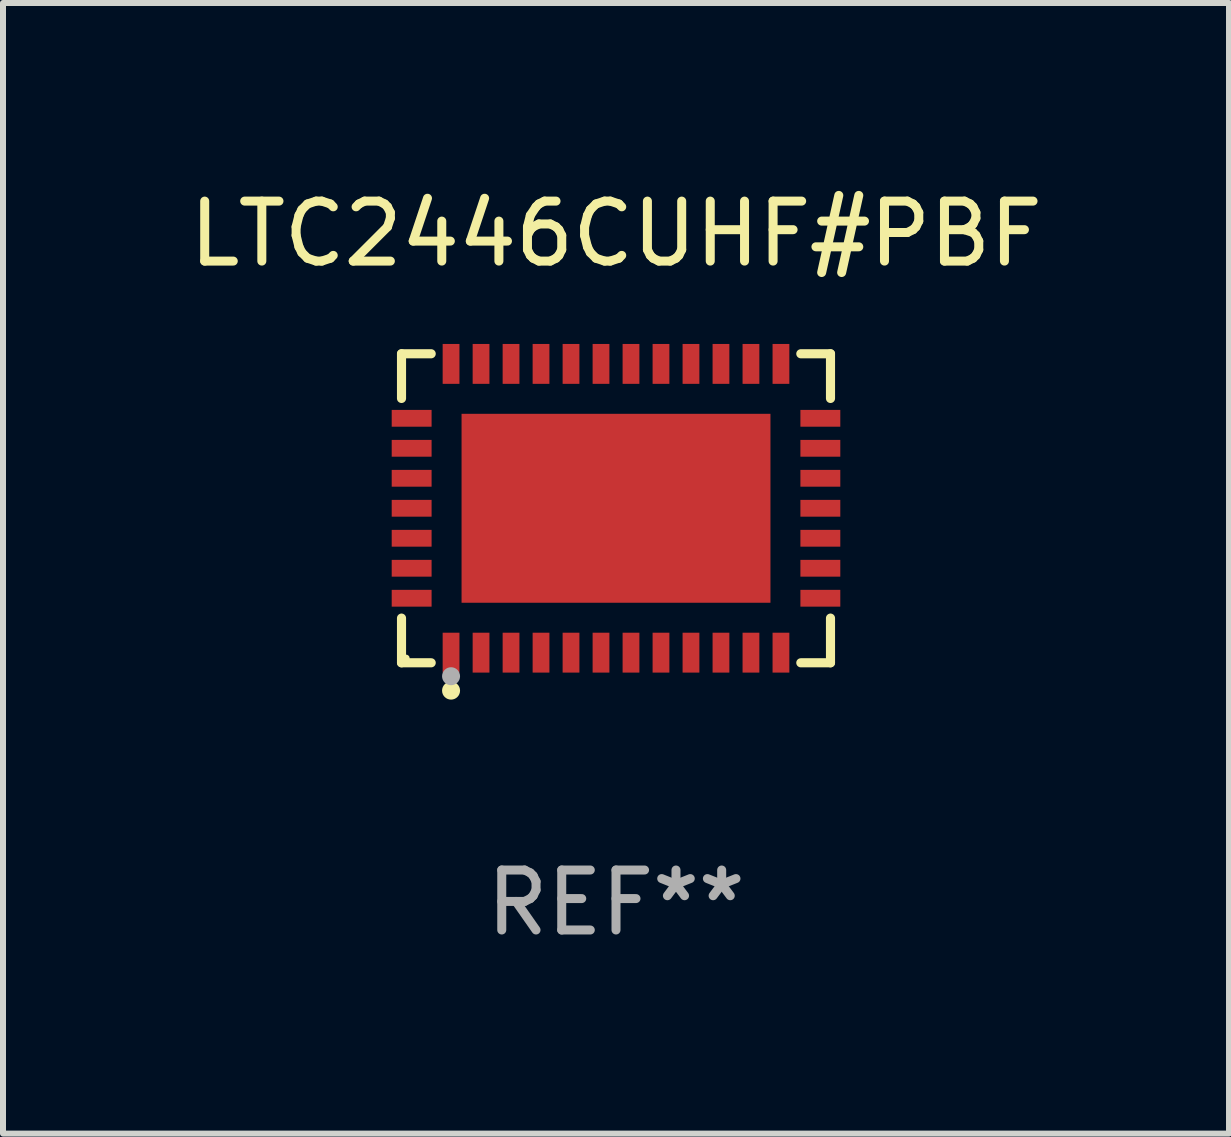
<source format=kicad_pcb>
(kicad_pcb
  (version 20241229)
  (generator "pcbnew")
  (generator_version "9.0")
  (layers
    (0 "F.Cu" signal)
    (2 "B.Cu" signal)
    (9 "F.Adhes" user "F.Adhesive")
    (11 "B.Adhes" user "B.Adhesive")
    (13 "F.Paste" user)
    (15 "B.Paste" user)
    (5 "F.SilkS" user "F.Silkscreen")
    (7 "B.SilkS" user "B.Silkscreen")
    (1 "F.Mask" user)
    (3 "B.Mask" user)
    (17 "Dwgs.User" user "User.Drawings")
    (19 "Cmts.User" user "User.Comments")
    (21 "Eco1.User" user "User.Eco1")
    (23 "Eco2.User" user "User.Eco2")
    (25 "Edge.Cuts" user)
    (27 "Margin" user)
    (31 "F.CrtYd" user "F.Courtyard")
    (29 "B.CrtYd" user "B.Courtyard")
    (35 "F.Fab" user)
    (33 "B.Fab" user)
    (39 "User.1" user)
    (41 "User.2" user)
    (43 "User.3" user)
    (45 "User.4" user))
  (footprint "LTC2446CUHF#PBF"
    (layer "F.Cu")
    (at 7.22 5.424)
    (property "Reference" "LTC2446CUHF#PBF" (at 0 -4.576 0) (layer "F.SilkS") (effects (font (size 1 1) (thickness 0.15))))
    (attr through_hole)
    (fp_line (start -3.576 -2.576) (end -3.081 -2.576) (stroke (width 0.152) (type solid)) (layer "F.SilkS"))
    (fp_line (start -3.576 -1.831) (end -3.576 -2.576) (stroke (width 0.152) (type solid)) (layer "F.SilkS"))
    (fp_line (start -3.576 1.831) (end -3.576 2.576) (stroke (width 0.152) (type solid)) (layer "F.SilkS"))
    (fp_line (start -3.576 2.576) (end -3.081 2.576) (stroke (width 0.152) (type solid)) (layer "F.SilkS"))
    (fp_line (start 3.576 -2.576) (end 3.081 -2.576) (stroke (width 0.152) (type solid)) (layer "F.SilkS"))
    (fp_line (start 3.576 -1.831) (end 3.576 -2.576) (stroke (width 0.152) (type solid)) (layer "F.SilkS"))
    (fp_line (start 3.576 1.831) (end 3.576 2.576) (stroke (width 0.152) (type solid)) (layer "F.SilkS"))
    (fp_line (start 3.576 2.576) (end 3.081 2.576) (stroke (width 0.152) (type solid)) (layer "F.SilkS"))
    (fp_circle (center -3.5 2.5) (end -3.47 2.5) (stroke (width 0.06) (type solid)) (fill no) (layer "F.SilkS"))
    (fp_circle (center -2.75 3.04) (end -2.675 3.04) (stroke (width 0.15) (type solid)) (fill no) (layer "F.SilkS"))
    (fp_circle (center -2.75 2.8) (end -2.675 2.8) (stroke (width 0.15) (type solid)) (fill no) (layer "F.Fab"))
    (fp_text user "REF**" (at 0 6.576 0) (layer "F.Fab") (effects (font (size 1 1) (thickness 0.15))))
    (pad "1" smd rect (at -2.75 2.407) (size 0.28 0.665) (layers "F.Cu" "F.Mask" "F.Paste"))
    (pad "2" smd rect (at -2.25 2.407) (size 0.28 0.665) (layers "F.Cu" "F.Mask" "F.Paste"))
    (pad "3" smd rect (at -1.75 2.407) (size 0.28 0.665) (layers "F.Cu" "F.Mask" "F.Paste"))
    (pad "4" smd rect (at -1.25 2.407) (size 0.28 0.665) (layers "F.Cu" "F.Mask" "F.Paste"))
    (pad "5" smd rect (at -0.75 2.407) (size 0.28 0.665) (layers "F.Cu" "F.Mask" "F.Paste"))
    (pad "6" smd rect (at -0.25 2.407) (size 0.28 0.665) (layers "F.Cu" "F.Mask" "F.Paste"))
    (pad "7" smd rect (at 0.25 2.407) (size 0.28 0.665) (layers "F.Cu" "F.Mask" "F.Paste"))
    (pad "8" smd rect (at 0.75 2.407) (size 0.28 0.665) (layers "F.Cu" "F.Mask" "F.Paste"))
    (pad "9" smd rect (at 1.25 2.407) (size 0.28 0.665) (layers "F.Cu" "F.Mask" "F.Paste"))
    (pad "10" smd rect (at 1.75 2.407) (size 0.28 0.665) (layers "F.Cu" "F.Mask" "F.Paste"))
    (pad "11" smd rect (at 2.25 2.407) (size 0.28 0.665) (layers "F.Cu" "F.Mask" "F.Paste"))
    (pad "12" smd rect (at 2.75 2.407) (size 0.28 0.665) (layers "F.Cu" "F.Mask" "F.Paste"))
    (pad "13" smd rect (at 3.407 1.5) (size 0.665 0.28) (layers "F.Cu" "F.Mask" "F.Paste"))
    (pad "14" smd rect (at 3.407 1) (size 0.665 0.28) (layers "F.Cu" "F.Mask" "F.Paste"))
    (pad "15" smd rect (at 3.407 0.5) (size 0.665 0.28) (layers "F.Cu" "F.Mask" "F.Paste"))
    (pad "16" smd rect (at 3.407 0) (size 0.665 0.28) (layers "F.Cu" "F.Mask" "F.Paste"))
    (pad "17" smd rect (at 3.407 -0.5) (size 0.665 0.28) (layers "F.Cu" "F.Mask" "F.Paste"))
    (pad "18" smd rect (at 3.407 -1) (size 0.665 0.28) (layers "F.Cu" "F.Mask" "F.Paste"))
    (pad "19" smd rect (at 3.407 -1.5) (size 0.665 0.28) (layers "F.Cu" "F.Mask" "F.Paste"))
    (pad "20" smd rect (at 2.75 -2.407) (size 0.28 0.665) (layers "F.Cu" "F.Mask" "F.Paste"))
    (pad "21" smd rect (at 2.25 -2.407) (size 0.28 0.665) (layers "F.Cu" "F.Mask" "F.Paste"))
    (pad "22" smd rect (at 1.75 -2.407) (size 0.28 0.665) (layers "F.Cu" "F.Mask" "F.Paste"))
    (pad "23" smd rect (at 1.25 -2.407) (size 0.28 0.665) (layers "F.Cu" "F.Mask" "F.Paste"))
    (pad "24" smd rect (at 0.75 -2.407) (size 0.28 0.665) (layers "F.Cu" "F.Mask" "F.Paste"))
    (pad "25" smd rect (at 0.25 -2.407) (size 0.28 0.665) (layers "F.Cu" "F.Mask" "F.Paste"))
    (pad "26" smd rect (at -0.25 -2.407) (size 0.28 0.665) (layers "F.Cu" "F.Mask" "F.Paste"))
    (pad "27" smd rect (at -0.75 -2.407) (size 0.28 0.665) (layers "F.Cu" "F.Mask" "F.Paste"))
    (pad "28" smd rect (at -1.25 -2.407) (size 0.28 0.665) (layers "F.Cu" "F.Mask" "F.Paste"))
    (pad "29" smd rect (at -1.75 -2.407) (size 0.28 0.665) (layers "F.Cu" "F.Mask" "F.Paste"))
    (pad "30" smd rect (at -2.25 -2.407) (size 0.28 0.665) (layers "F.Cu" "F.Mask" "F.Paste"))
    (pad "31" smd rect (at -2.75 -2.407) (size 0.28 0.665) (layers "F.Cu" "F.Mask" "F.Paste"))
    (pad "32" smd rect (at -3.407 -1.5) (size 0.665 0.28) (layers "F.Cu" "F.Mask" "F.Paste"))
    (pad "33" smd rect (at -3.407 -1) (size 0.665 0.28) (layers "F.Cu" "F.Mask" "F.Paste"))
    (pad "34" smd rect (at -3.407 -0.5) (size 0.665 0.28) (layers "F.Cu" "F.Mask" "F.Paste"))
    (pad "35" smd rect (at -3.407 0) (size 0.665 0.28) (layers "F.Cu" "F.Mask" "F.Paste"))
    (pad "36" smd rect (at -3.407 0.5) (size 0.665 0.28) (layers "F.Cu" "F.Mask" "F.Paste"))
    (pad "37" smd rect (at -3.407 1) (size 0.665 0.28) (layers "F.Cu" "F.Mask" "F.Paste"))
    (pad "38" smd rect (at -3.407 1.5) (size 0.665 0.28) (layers "F.Cu" "F.Mask" "F.Paste"))
    (pad "39" smd rect (at 0 0) (size 5.15 3.15) (layers "F.Cu" "F.Mask" "F.Paste")))
  (gr_rect
    (start -3 -3)
    (end 17.44 15.849)
    (stroke (width 0.1) (type default))
    (fill no)
    (layer "Edge.Cuts")))
</source>
